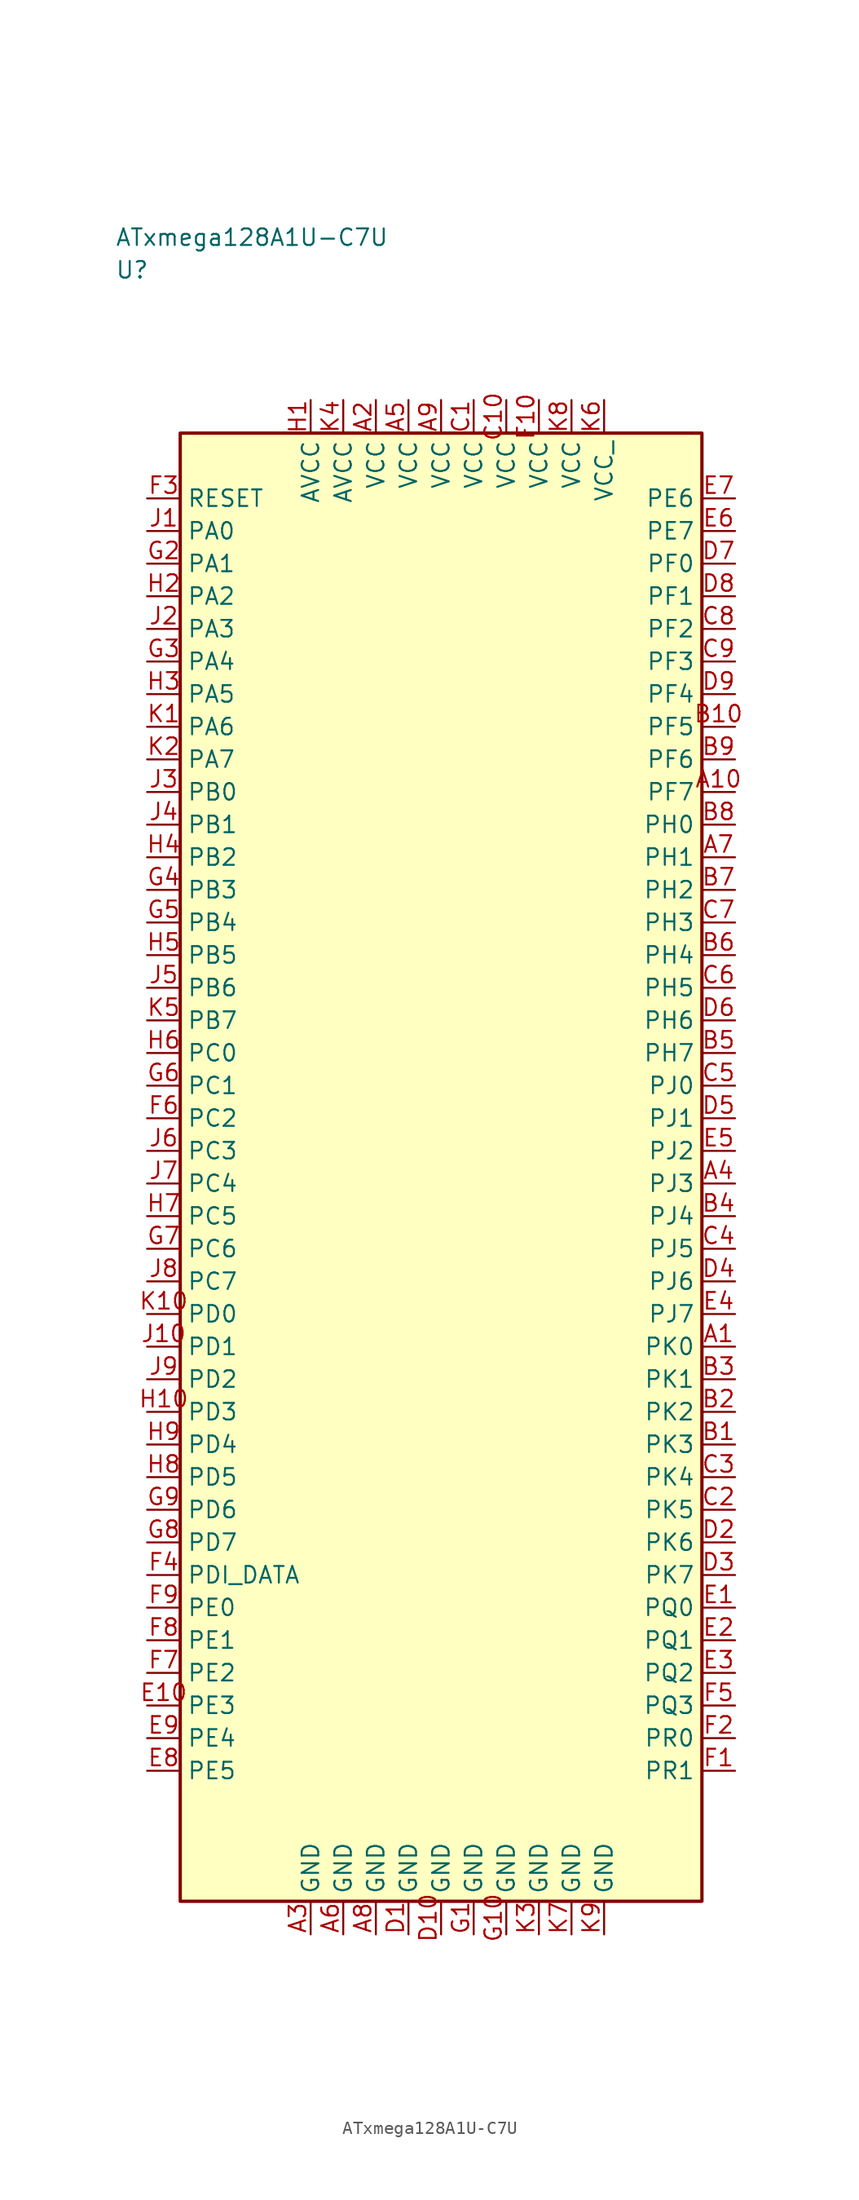
<source format=kicad_sym>
(kicad_symbol_lib
  (version 20241025)
  (generator "kicad_symbol_editor")
  (generator_version "8.0")
  (symbol "ATxmega128A1U-C7U"
    (property "Reference" "U"
      (at -25.0 68.75 0)
      (effects (font (size 1.27 1.27)) (justify left)))
    (property "Value" "ATxmega128A1U-C7U"
      (at -25.0 71.25 0)
      (effects (font (size 1.27 1.27)) (justify left)))
    (symbol "ATxmega128A1U-C7U_0_1"
      (rectangle (start -20.0 56.25) (end 20.0 -56.25) (stroke (width 0.254) (type default)) (fill (type background))))
    (symbol "ATxmega128A1U-C7U_1_1"
      (pin bidirectional line (at 22.54 -13.75 180.0) (length 2.54) (name "PK0" (effects (font (size 1.27 1.27)))) (number "A1" (effects (font (size 1.27 1.27)))))
      (pin power_in line (at -5.0 58.79 270.0) (length 2.54) (name "VCC" (effects (font (size 1.27 1.27)))) (number "A2" (effects (font (size 1.27 1.27)))))
      (pin passive line (at -10.0 -58.79 90.0) (length 2.54) (name "GND" (effects (font (size 1.27 1.27)))) (number "A3" (effects (font (size 1.27 1.27)))))
      (pin bidirectional line (at 22.54 -1.25 180.0) (length 2.54) (name "PJ3" (effects (font (size 1.27 1.27)))) (number "A4" (effects (font (size 1.27 1.27)))))
      (pin power_in line (at -2.5 58.79 270.0) (length 2.54) (name "VCC" (effects (font (size 1.27 1.27)))) (number "A5" (effects (font (size 1.27 1.27)))))
      (pin passive line (at -7.5 -58.79 90.0) (length 2.54) (name "GND" (effects (font (size 1.27 1.27)))) (number "A6" (effects (font (size 1.27 1.27)))))
      (pin bidirectional line (at 22.54 23.75 180.0) (length 2.54) (name "PH1" (effects (font (size 1.27 1.27)))) (number "A7" (effects (font (size 1.27 1.27)))))
      (pin passive line (at -5.0 -58.79 90.0) (length 2.54) (name "GND" (effects (font (size 1.27 1.27)))) (number "A8" (effects (font (size 1.27 1.27)))))
      (pin power_in line (at 0.0 58.79 270.0) (length 2.54) (name "VCC" (effects (font (size 1.27 1.27)))) (number "A9" (effects (font (size 1.27 1.27)))))
      (pin bidirectional line (at 22.54 28.75 180.0) (length 2.54) (name "PF7" (effects (font (size 1.27 1.27)))) (number "A10" (effects (font (size 1.27 1.27)))))
      (pin bidirectional line (at 22.54 -21.25 180.0) (length 2.54) (name "PK3" (effects (font (size 1.27 1.27)))) (number "B1" (effects (font (size 1.27 1.27)))))
      (pin bidirectional line (at 22.54 -18.75 180.0) (length 2.54) (name "PK2" (effects (font (size 1.27 1.27)))) (number "B2" (effects (font (size 1.27 1.27)))))
      (pin bidirectional line (at 22.54 -16.25 180.0) (length 2.54) (name "PK1" (effects (font (size 1.27 1.27)))) (number "B3" (effects (font (size 1.27 1.27)))))
      (pin bidirectional line (at 22.54 -3.75 180.0) (length 2.54) (name "PJ4" (effects (font (size 1.27 1.27)))) (number "B4" (effects (font (size 1.27 1.27)))))
      (pin bidirectional line (at 22.54 8.75 180.0) (length 2.54) (name "PH7" (effects (font (size 1.27 1.27)))) (number "B5" (effects (font (size 1.27 1.27)))))
      (pin bidirectional line (at 22.54 16.25 180.0) (length 2.54) (name "PH4" (effects (font (size 1.27 1.27)))) (number "B6" (effects (font (size 1.27 1.27)))))
      (pin bidirectional line (at 22.54 21.25 180.0) (length 2.54) (name "PH2" (effects (font (size 1.27 1.27)))) (number "B7" (effects (font (size 1.27 1.27)))))
      (pin bidirectional line (at 22.54 26.25 180.0) (length 2.54) (name "PH0" (effects (font (size 1.27 1.27)))) (number "B8" (effects (font (size 1.27 1.27)))))
      (pin bidirectional line (at 22.54 31.25 180.0) (length 2.54) (name "PF6" (effects (font (size 1.27 1.27)))) (number "B9" (effects (font (size 1.27 1.27)))))
      (pin bidirectional line (at 22.54 33.75 180.0) (length 2.54) (name "PF5" (effects (font (size 1.27 1.27)))) (number "B10" (effects (font (size 1.27 1.27)))))
      (pin power_in line (at 2.5 58.79 270.0) (length 2.54) (name "VCC" (effects (font (size 1.27 1.27)))) (number "C1" (effects (font (size 1.27 1.27)))))
      (pin bidirectional line (at 22.54 -26.25 180.0) (length 2.54) (name "PK5" (effects (font (size 1.27 1.27)))) (number "C2" (effects (font (size 1.27 1.27)))))
      (pin bidirectional line (at 22.54 -23.75 180.0) (length 2.54) (name "PK4" (effects (font (size 1.27 1.27)))) (number "C3" (effects (font (size 1.27 1.27)))))
      (pin bidirectional line (at 22.54 -6.25 180.0) (length 2.54) (name "PJ5" (effects (font (size 1.27 1.27)))) (number "C4" (effects (font (size 1.27 1.27)))))
      (pin bidirectional line (at 22.54 6.25 180.0) (length 2.54) (name "PJ0" (effects (font (size 1.27 1.27)))) (number "C5" (effects (font (size 1.27 1.27)))))
      (pin bidirectional line (at 22.54 13.75 180.0) (length 2.54) (name "PH5" (effects (font (size 1.27 1.27)))) (number "C6" (effects (font (size 1.27 1.27)))))
      (pin bidirectional line (at 22.54 18.75 180.0) (length 2.54) (name "PH3" (effects (font (size 1.27 1.27)))) (number "C7" (effects (font (size 1.27 1.27)))))
      (pin bidirectional line (at 22.54 41.25 180.0) (length 2.54) (name "PF2" (effects (font (size 1.27 1.27)))) (number "C8" (effects (font (size 1.27 1.27)))))
      (pin bidirectional line (at 22.54 38.75 180.0) (length 2.54) (name "PF3" (effects (font (size 1.27 1.27)))) (number "C9" (effects (font (size 1.27 1.27)))))
      (pin power_in line (at 5.0 58.79 270.0) (length 2.54) (name "VCC" (effects (font (size 1.27 1.27)))) (number "C10" (effects (font (size 1.27 1.27)))))
      (pin passive line (at -2.5 -58.79 90.0) (length 2.54) (name "GND" (effects (font (size 1.27 1.27)))) (number "D1" (effects (font (size 1.27 1.27)))))
      (pin bidirectional line (at 22.54 -28.75 180.0) (length 2.54) (name "PK6" (effects (font (size 1.27 1.27)))) (number "D2" (effects (font (size 1.27 1.27)))))
      (pin bidirectional line (at 22.54 -31.25 180.0) (length 2.54) (name "PK7" (effects (font (size 1.27 1.27)))) (number "D3" (effects (font (size 1.27 1.27)))))
      (pin bidirectional line (at 22.54 -8.75 180.0) (length 2.54) (name "PJ6" (effects (font (size 1.27 1.27)))) (number "D4" (effects (font (size 1.27 1.27)))))
      (pin bidirectional line (at 22.54 3.75 180.0) (length 2.54) (name "PJ1" (effects (font (size 1.27 1.27)))) (number "D5" (effects (font (size 1.27 1.27)))))
      (pin bidirectional line (at 22.54 11.25 180.0) (length 2.54) (name "PH6" (effects (font (size 1.27 1.27)))) (number "D6" (effects (font (size 1.27 1.27)))))
      (pin bidirectional line (at 22.54 46.25 180.0) (length 2.54) (name "PF0" (effects (font (size 1.27 1.27)))) (number "D7" (effects (font (size 1.27 1.27)))))
      (pin bidirectional line (at 22.54 43.75 180.0) (length 2.54) (name "PF1" (effects (font (size 1.27 1.27)))) (number "D8" (effects (font (size 1.27 1.27)))))
      (pin bidirectional line (at 22.54 36.25 180.0) (length 2.54) (name "PF4" (effects (font (size 1.27 1.27)))) (number "D9" (effects (font (size 1.27 1.27)))))
      (pin passive line (at 0.0 -58.79 90.0) (length 2.54) (name "GND" (effects (font (size 1.27 1.27)))) (number "D10" (effects (font (size 1.27 1.27)))))
      (pin bidirectional line (at 22.54 -33.75 180.0) (length 2.54) (name "PQ0" (effects (font (size 1.27 1.27)))) (number "E1" (effects (font (size 1.27 1.27)))))
      (pin bidirectional line (at 22.54 -36.25 180.0) (length 2.54) (name "PQ1" (effects (font (size 1.27 1.27)))) (number "E2" (effects (font (size 1.27 1.27)))))
      (pin bidirectional line (at 22.54 -38.75 180.0) (length 2.54) (name "PQ2" (effects (font (size 1.27 1.27)))) (number "E3" (effects (font (size 1.27 1.27)))))
      (pin bidirectional line (at 22.54 -11.25 180.0) (length 2.54) (name "PJ7" (effects (font (size 1.27 1.27)))) (number "E4" (effects (font (size 1.27 1.27)))))
      (pin bidirectional line (at 22.54 1.25 180.0) (length 2.54) (name "PJ2" (effects (font (size 1.27 1.27)))) (number "E5" (effects (font (size 1.27 1.27)))))
      (pin bidirectional line (at 22.54 48.75 180.0) (length 2.54) (name "PE7" (effects (font (size 1.27 1.27)))) (number "E6" (effects (font (size 1.27 1.27)))))
      (pin bidirectional line (at 22.54 51.25 180.0) (length 2.54) (name "PE6" (effects (font (size 1.27 1.27)))) (number "E7" (effects (font (size 1.27 1.27)))))
      (pin bidirectional line (at -22.54 -46.25 0.0) (length 2.54) (name "PE5" (effects (font (size 1.27 1.27)))) (number "E8" (effects (font (size 1.27 1.27)))))
      (pin bidirectional line (at -22.54 -43.75 0.0) (length 2.54) (name "PE4" (effects (font (size 1.27 1.27)))) (number "E9" (effects (font (size 1.27 1.27)))))
      (pin bidirectional line (at -22.54 -41.25 0.0) (length 2.54) (name "PE3" (effects (font (size 1.27 1.27)))) (number "E10" (effects (font (size 1.27 1.27)))))
      (pin bidirectional line (at 22.54 -46.25 180.0) (length 2.54) (name "PR1" (effects (font (size 1.27 1.27)))) (number "F1" (effects (font (size 1.27 1.27)))))
      (pin bidirectional line (at 22.54 -43.75 180.0) (length 2.54) (name "PR0" (effects (font (size 1.27 1.27)))) (number "F2" (effects (font (size 1.27 1.27)))))
      (pin input line (at -22.54 51.25 0.0) (length 2.54) (name "RESET" (effects (font (size 1.27 1.27)))) (number "F3" (effects (font (size 1.27 1.27)))))
      (pin bidirectional line (at -22.54 -31.25 0.0) (length 2.54) (name "PDI_DATA" (effects (font (size 1.27 1.27)))) (number "F4" (effects (font (size 1.27 1.27)))))
      (pin bidirectional line (at 22.54 -41.25 180.0) (length 2.54) (name "PQ3" (effects (font (size 1.27 1.27)))) (number "F5" (effects (font (size 1.27 1.27)))))
      (pin bidirectional line (at -22.54 3.75 0.0) (length 2.54) (name "PC2" (effects (font (size 1.27 1.27)))) (number "F6" (effects (font (size 1.27 1.27)))))
      (pin bidirectional line (at -22.54 -38.75 0.0) (length 2.54) (name "PE2" (effects (font (size 1.27 1.27)))) (number "F7" (effects (font (size 1.27 1.27)))))
      (pin bidirectional line (at -22.54 -36.25 0.0) (length 2.54) (name "PE1" (effects (font (size 1.27 1.27)))) (number "F8" (effects (font (size 1.27 1.27)))))
      (pin bidirectional line (at -22.54 -33.75 0.0) (length 2.54) (name "PE0" (effects (font (size 1.27 1.27)))) (number "F9" (effects (font (size 1.27 1.27)))))
      (pin power_in line (at 7.5 58.79 270.0) (length 2.54) (name "VCC" (effects (font (size 1.27 1.27)))) (number "F10" (effects (font (size 1.27 1.27)))))
      (pin passive line (at 2.5 -58.79 90.0) (length 2.54) (name "GND" (effects (font (size 1.27 1.27)))) (number "G1" (effects (font (size 1.27 1.27)))))
      (pin bidirectional line (at -22.54 46.25 0.0) (length 2.54) (name "PA1" (effects (font (size 1.27 1.27)))) (number "G2" (effects (font (size 1.27 1.27)))))
      (pin bidirectional line (at -22.54 38.75 0.0) (length 2.54) (name "PA4" (effects (font (size 1.27 1.27)))) (number "G3" (effects (font (size 1.27 1.27)))))
      (pin bidirectional line (at -22.54 21.25 0.0) (length 2.54) (name "PB3" (effects (font (size 1.27 1.27)))) (number "G4" (effects (font (size 1.27 1.27)))))
      (pin bidirectional line (at -22.54 18.75 0.0) (length 2.54) (name "PB4" (effects (font (size 1.27 1.27)))) (number "G5" (effects (font (size 1.27 1.27)))))
      (pin bidirectional line (at -22.54 6.25 0.0) (length 2.54) (name "PC1" (effects (font (size 1.27 1.27)))) (number "G6" (effects (font (size 1.27 1.27)))))
      (pin bidirectional line (at -22.54 -6.25 0.0) (length 2.54) (name "PC6" (effects (font (size 1.27 1.27)))) (number "G7" (effects (font (size 1.27 1.27)))))
      (pin bidirectional line (at -22.54 -28.75 0.0) (length 2.54) (name "PD7" (effects (font (size 1.27 1.27)))) (number "G8" (effects (font (size 1.27 1.27)))))
      (pin bidirectional line (at -22.54 -26.25 0.0) (length 2.54) (name "PD6" (effects (font (size 1.27 1.27)))) (number "G9" (effects (font (size 1.27 1.27)))))
      (pin passive line (at 5.0 -58.79 90.0) (length 2.54) (name "GND" (effects (font (size 1.27 1.27)))) (number "G10" (effects (font (size 1.27 1.27)))))
      (pin power_in line (at -10.0 58.79 270.0) (length 2.54) (name "AVCC" (effects (font (size 1.27 1.27)))) (number "H1" (effects (font (size 1.27 1.27)))))
      (pin bidirectional line (at -22.54 43.75 0.0) (length 2.54) (name "PA2" (effects (font (size 1.27 1.27)))) (number "H2" (effects (font (size 1.27 1.27)))))
      (pin bidirectional line (at -22.54 36.25 0.0) (length 2.54) (name "PA5" (effects (font (size 1.27 1.27)))) (number "H3" (effects (font (size 1.27 1.27)))))
      (pin bidirectional line (at -22.54 23.75 0.0) (length 2.54) (name "PB2" (effects (font (size 1.27 1.27)))) (number "H4" (effects (font (size 1.27 1.27)))))
      (pin bidirectional line (at -22.54 16.25 0.0) (length 2.54) (name "PB5" (effects (font (size 1.27 1.27)))) (number "H5" (effects (font (size 1.27 1.27)))))
      (pin bidirectional line (at -22.54 8.75 0.0) (length 2.54) (name "PC0" (effects (font (size 1.27 1.27)))) (number "H6" (effects (font (size 1.27 1.27)))))
      (pin bidirectional line (at -22.54 -3.75 0.0) (length 2.54) (name "PC5" (effects (font (size 1.27 1.27)))) (number "H7" (effects (font (size 1.27 1.27)))))
      (pin bidirectional line (at -22.54 -23.75 0.0) (length 2.54) (name "PD5" (effects (font (size 1.27 1.27)))) (number "H8" (effects (font (size 1.27 1.27)))))
      (pin bidirectional line (at -22.54 -21.25 0.0) (length 2.54) (name "PD4" (effects (font (size 1.27 1.27)))) (number "H9" (effects (font (size 1.27 1.27)))))
      (pin bidirectional line (at -22.54 -18.75 0.0) (length 2.54) (name "PD3" (effects (font (size 1.27 1.27)))) (number "H10" (effects (font (size 1.27 1.27)))))
      (pin bidirectional line (at -22.54 48.75 0.0) (length 2.54) (name "PA0" (effects (font (size 1.27 1.27)))) (number "J1" (effects (font (size 1.27 1.27)))))
      (pin bidirectional line (at -22.54 41.25 0.0) (length 2.54) (name "PA3" (effects (font (size 1.27 1.27)))) (number "J2" (effects (font (size 1.27 1.27)))))
      (pin bidirectional line (at -22.54 28.75 0.0) (length 2.54) (name "PB0" (effects (font (size 1.27 1.27)))) (number "J3" (effects (font (size 1.27 1.27)))))
      (pin bidirectional line (at -22.54 26.25 0.0) (length 2.54) (name "PB1" (effects (font (size 1.27 1.27)))) (number "J4" (effects (font (size 1.27 1.27)))))
      (pin bidirectional line (at -22.54 13.75 0.0) (length 2.54) (name "PB6" (effects (font (size 1.27 1.27)))) (number "J5" (effects (font (size 1.27 1.27)))))
      (pin bidirectional line (at -22.54 1.25 0.0) (length 2.54) (name "PC3" (effects (font (size 1.27 1.27)))) (number "J6" (effects (font (size 1.27 1.27)))))
      (pin bidirectional line (at -22.54 -1.25 0.0) (length 2.54) (name "PC4" (effects (font (size 1.27 1.27)))) (number "J7" (effects (font (size 1.27 1.27)))))
      (pin bidirectional line (at -22.54 -8.75 0.0) (length 2.54) (name "PC7" (effects (font (size 1.27 1.27)))) (number "J8" (effects (font (size 1.27 1.27)))))
      (pin bidirectional line (at -22.54 -16.25 0.0) (length 2.54) (name "PD2" (effects (font (size 1.27 1.27)))) (number "J9" (effects (font (size 1.27 1.27)))))
      (pin bidirectional line (at -22.54 -13.75 0.0) (length 2.54) (name "PD1" (effects (font (size 1.27 1.27)))) (number "J10" (effects (font (size 1.27 1.27)))))
      (pin bidirectional line (at -22.54 33.75 0.0) (length 2.54) (name "PA6" (effects (font (size 1.27 1.27)))) (number "K1" (effects (font (size 1.27 1.27)))))
      (pin bidirectional line (at -22.54 31.25 0.0) (length 2.54) (name "PA7" (effects (font (size 1.27 1.27)))) (number "K2" (effects (font (size 1.27 1.27)))))
      (pin passive line (at 7.5 -58.79 90.0) (length 2.54) (name "GND" (effects (font (size 1.27 1.27)))) (number "K3" (effects (font (size 1.27 1.27)))))
      (pin power_in line (at -7.5 58.79 270.0) (length 2.54) (name "AVCC" (effects (font (size 1.27 1.27)))) (number "K4" (effects (font (size 1.27 1.27)))))
      (pin bidirectional line (at -22.54 11.25 0.0) (length 2.54) (name "PB7" (effects (font (size 1.27 1.27)))) (number "K5" (effects (font (size 1.27 1.27)))))
      (pin power_in line (at 12.5 58.79 270.0) (length 2.54) (name "VCC " (effects (font (size 1.27 1.27)))) (number "K6" (effects (font (size 1.27 1.27)))))
      (pin passive line (at 10.0 -58.79 90.0) (length 2.54) (name "GND" (effects (font (size 1.27 1.27)))) (number "K7" (effects (font (size 1.27 1.27)))))
      (pin power_in line (at 10.0 58.79 270.0) (length 2.54) (name "VCC" (effects (font (size 1.27 1.27)))) (number "K8" (effects (font (size 1.27 1.27)))))
      (pin passive line (at 12.5 -58.79 90.0) (length 2.54) (name "GND" (effects (font (size 1.27 1.27)))) (number "K9" (effects (font (size 1.27 1.27)))))
      (pin bidirectional line (at -22.54 -11.25 0.0) (length 2.54) (name "PD0" (effects (font (size 1.27 1.27)))) (number "K10" (effects (font (size 1.27 1.27))))))))
</source>
